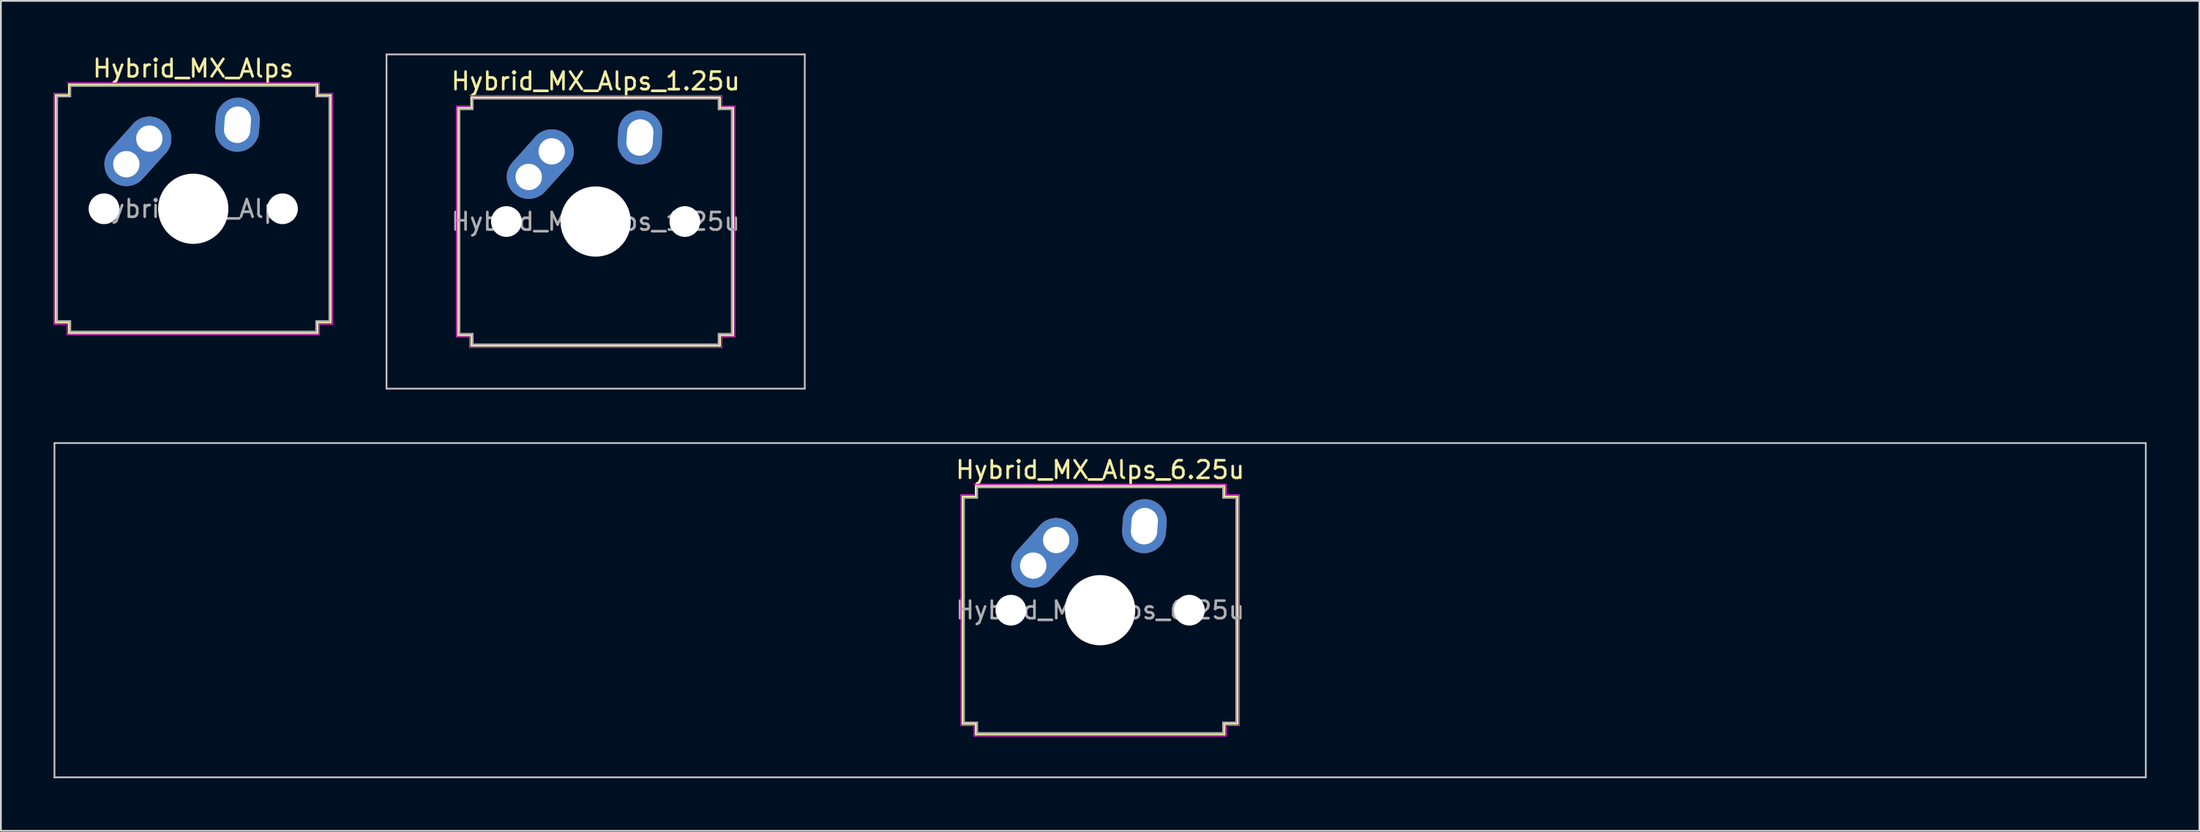
<source format=kicad_pcb>
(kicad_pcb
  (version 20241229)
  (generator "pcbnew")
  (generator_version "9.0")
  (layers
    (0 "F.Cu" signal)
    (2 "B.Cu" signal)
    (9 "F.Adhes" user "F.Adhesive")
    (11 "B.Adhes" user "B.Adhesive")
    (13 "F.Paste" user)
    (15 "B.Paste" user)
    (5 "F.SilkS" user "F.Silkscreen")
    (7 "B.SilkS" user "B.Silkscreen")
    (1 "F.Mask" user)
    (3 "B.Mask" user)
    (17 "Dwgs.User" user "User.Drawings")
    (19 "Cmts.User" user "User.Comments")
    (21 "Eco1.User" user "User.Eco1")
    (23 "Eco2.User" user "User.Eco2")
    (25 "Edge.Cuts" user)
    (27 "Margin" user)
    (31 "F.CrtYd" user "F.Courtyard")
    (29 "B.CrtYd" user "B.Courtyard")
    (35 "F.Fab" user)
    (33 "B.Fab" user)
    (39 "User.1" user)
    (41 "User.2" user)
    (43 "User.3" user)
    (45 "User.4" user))
  (footprint "Hybrid_MX_Alps"
    (layer "F.Cu")
    (at 7.952 8.848)
    (property "Reference" "Hybrid_MX_Alps" (at 0 -8 0) (layer "F.SilkS") (effects (font (size 1 1) (thickness 0.15))))
    (attr through_hole)
    (fp_line (start -7.821 -6.471) (end -7.071 -6.471) (stroke (width 0.12) (type solid)) (layer "F.SilkS"))
    (fp_line (start -7.821 6.471) (end -7.821 -6.471) (stroke (width 0.12) (type solid)) (layer "F.SilkS"))
    (fp_line (start -7.071 -7.071) (end 7.071 -7.071) (stroke (width 0.12) (type solid)) (layer "F.SilkS"))
    (fp_line (start -7.071 -6.471) (end -7.071 -7.071) (stroke (width 0.12) (type solid)) (layer "F.SilkS"))
    (fp_line (start -7.071 6.471) (end -7.821 6.471) (stroke (width 0.12) (type solid)) (layer "F.SilkS"))
    (fp_line (start -7.071 7.071) (end -7.071 6.471) (stroke (width 0.12) (type solid)) (layer "F.SilkS"))
    (fp_line (start 7.071 -7.071) (end 7.071 -6.471) (stroke (width 0.12) (type solid)) (layer "F.SilkS"))
    (fp_line (start 7.071 -6.471) (end 7.821 -6.471) (stroke (width 0.12) (type solid)) (layer "F.SilkS"))
    (fp_line (start 7.071 6.471) (end 7.071 7.071) (stroke (width 0.12) (type solid)) (layer "F.SilkS"))
    (fp_line (start 7.071 7.071) (end -7.071 7.071) (stroke (width 0.12) (type solid)) (layer "F.SilkS"))
    (fp_line (start 7.821 -6.471) (end 7.821 6.471) (stroke (width 0.12) (type solid)) (layer "F.SilkS"))
    (fp_line (start 7.821 6.471) (end 7.071 6.471) (stroke (width 0.12) (type solid)) (layer "F.SilkS"))
    (fp_line (start -7.927 -6.577) (end -7.177 -6.577) (stroke (width 0.05) (type solid)) (layer "F.CrtYd"))
    (fp_line (start -7.927 6.577) (end -7.927 -6.577) (stroke (width 0.05) (type solid)) (layer "F.CrtYd"))
    (fp_line (start -7.177 -7.177) (end 7.177 -7.177) (stroke (width 0.05) (type solid)) (layer "F.CrtYd"))
    (fp_line (start -7.177 6.577) (end -7.927 6.577) (stroke (width 0.05) (type solid)) (layer "F.CrtYd"))
    (fp_line (start -7.177 7.177) (end -7.177 6.577) (stroke (width 0.05) (type solid)) (layer "F.CrtYd"))
    (fp_line (start 7.177 -7.177) (end 7.177 -6.577) (stroke (width 0.05) (type solid)) (layer "F.CrtYd"))
    (fp_line (start 7.177 -6.577) (end 7.927 -6.577) (stroke (width 0.05) (type solid)) (layer "F.CrtYd"))
    (fp_line (start 7.177 6.577) (end 7.177 7.177) (stroke (width 0.05) (type solid)) (layer "F.CrtYd"))
    (fp_line (start 7.177 7.177) (end -7.177 7.177) (stroke (width 0.05) (type solid)) (layer "F.CrtYd"))
    (fp_line (start 7.927 -6.577) (end 7.927 6.577) (stroke (width 0.05) (type solid)) (layer "F.CrtYd"))
    (fp_line (start 7.927 6.577) (end 7.177 6.577) (stroke (width 0.05) (type solid)) (layer "F.CrtYd"))
    (fp_line (start -7.75 -6.4) (end -7 -6.4) (stroke (width 0.1) (type solid)) (layer "F.Fab"))
    (fp_line (start -7.75 6.4) (end -7.75 -6.4) (stroke (width 0.1) (type solid)) (layer "F.Fab"))
    (fp_line (start -7 -7) (end 7 -7) (stroke (width 0.1) (type solid)) (layer "F.Fab"))
    (fp_line (start -7 -6.4) (end -7 -7) (stroke (width 0.1) (type solid)) (layer "F.Fab"))
    (fp_line (start -7 6.4) (end -7.75 6.4) (stroke (width 0.1) (type solid)) (layer "F.Fab"))
    (fp_line (start -7 7) (end -7 6.4) (stroke (width 0.1) (type solid)) (layer "F.Fab"))
    (fp_line (start 7 -7) (end 7 -6.4) (stroke (width 0.1) (type solid)) (layer "F.Fab"))
    (fp_line (start 7 -6.4) (end 7.75 -6.4) (stroke (width 0.1) (type solid)) (layer "F.Fab"))
    (fp_line (start 7 6.4) (end 7 7) (stroke (width 0.1) (type solid)) (layer "F.Fab"))
    (fp_line (start 7 7) (end -7 7) (stroke (width 0.1) (type solid)) (layer "F.Fab"))
    (fp_line (start 7.75 -6.4) (end 7.75 6.4) (stroke (width 0.1) (type solid)) (layer "F.Fab"))
    (fp_line (start 7.75 6.4) (end 7 6.4) (stroke (width 0.1) (type solid)) (layer "F.Fab"))
    (fp_text user "${REFERENCE}" (at 0 0 0) (layer "F.Fab") (effects (font (size 1 1) (thickness 0.15))))
    (pad "" np_thru_hole circle (at -5.08 0) (size 1.75 1.75) (drill 1.75) (layers "*.Cu" "*.Mask"))
    (pad "" np_thru_hole circle (at 0 0) (size 4 4) (drill 4) (layers "*.Cu" "*.Mask"))
    (pad "" np_thru_hole circle (at 5.08 0) (size 1.75 1.75) (drill 1.75) (layers "*.Cu" "*.Mask"))
    (pad "1" thru_hole oval (at -3.81 -2.54 48) (size 4.462 2.5) (drill 1.5 (offset 0.981 0)) (layers "*.Cu" "*.Mask"))
    (pad "1" thru_hole circle (at -2.5 -4) (size 2.5 2.5) (drill 1.5) (layers "*.Cu" "*.Mask"))
    (pad "2" thru_hole oval (at 2.52 -4.79 86) (size 3.081 2.5) (drill oval 2.081 1.5) (layers "*.Cu" "*.Mask")))
  (footprint "Hybrid_MX_Alps_1.25u"
    (layer "F.Cu")
    (at 30.86 9.575)
    (property "Reference" "Hybrid_MX_Alps_1.25u" (at 0 -8 0) (layer "F.SilkS") (effects (font (size 1 1) (thickness 0.15))))
    (attr through_hole)
    (fp_line (start -7.821 -6.471) (end -7.071 -6.471) (stroke (width 0.12) (type solid)) (layer "F.SilkS"))
    (fp_line (start -7.821 6.471) (end -7.821 -6.471) (stroke (width 0.12) (type solid)) (layer "F.SilkS"))
    (fp_line (start -7.071 -7.071) (end 7.071 -7.071) (stroke (width 0.12) (type solid)) (layer "F.SilkS"))
    (fp_line (start -7.071 -6.471) (end -7.071 -7.071) (stroke (width 0.12) (type solid)) (layer "F.SilkS"))
    (fp_line (start -7.071 6.471) (end -7.821 6.471) (stroke (width 0.12) (type solid)) (layer "F.SilkS"))
    (fp_line (start -7.071 7.071) (end -7.071 6.471) (stroke (width 0.12) (type solid)) (layer "F.SilkS"))
    (fp_line (start 7.071 -7.071) (end 7.071 -6.471) (stroke (width 0.12) (type solid)) (layer "F.SilkS"))
    (fp_line (start 7.071 -6.471) (end 7.821 -6.471) (stroke (width 0.12) (type solid)) (layer "F.SilkS"))
    (fp_line (start 7.071 6.471) (end 7.071 7.071) (stroke (width 0.12) (type solid)) (layer "F.SilkS"))
    (fp_line (start 7.071 7.071) (end -7.071 7.071) (stroke (width 0.12) (type solid)) (layer "F.SilkS"))
    (fp_line (start 7.821 -6.471) (end 7.821 6.471) (stroke (width 0.12) (type solid)) (layer "F.SilkS"))
    (fp_line (start 7.821 6.471) (end 7.071 6.471) (stroke (width 0.12) (type solid)) (layer "F.SilkS"))
    (fp_line (start -11.906 -9.525) (end -11.906 9.525) (stroke (width 0.1) (type solid)) (layer "Dwgs.User"))
    (fp_line (start -11.906 9.525) (end 11.906 9.525) (stroke (width 0.1) (type solid)) (layer "Dwgs.User"))
    (fp_line (start 11.906 -9.525) (end -11.906 -9.525) (stroke (width 0.1) (type solid)) (layer "Dwgs.User"))
    (fp_line (start 11.906 9.525) (end 11.906 -9.525) (stroke (width 0.1) (type solid)) (layer "Dwgs.User"))
    (fp_line (start -7.927 -6.577) (end -7.177 -6.577) (stroke (width 0.05) (type solid)) (layer "F.CrtYd"))
    (fp_line (start -7.927 6.577) (end -7.927 -6.577) (stroke (width 0.05) (type solid)) (layer "F.CrtYd"))
    (fp_line (start -7.177 -7.177) (end 7.177 -7.177) (stroke (width 0.05) (type solid)) (layer "F.CrtYd"))
    (fp_line (start -7.177 6.577) (end -7.927 6.577) (stroke (width 0.05) (type solid)) (layer "F.CrtYd"))
    (fp_line (start -7.177 7.177) (end -7.177 6.577) (stroke (width 0.05) (type solid)) (layer "F.CrtYd"))
    (fp_line (start 7.177 -7.177) (end 7.177 -6.577) (stroke (width 0.05) (type solid)) (layer "F.CrtYd"))
    (fp_line (start 7.177 -6.577) (end 7.927 -6.577) (stroke (width 0.05) (type solid)) (layer "F.CrtYd"))
    (fp_line (start 7.177 6.577) (end 7.177 7.177) (stroke (width 0.05) (type solid)) (layer "F.CrtYd"))
    (fp_line (start 7.177 7.177) (end -7.177 7.177) (stroke (width 0.05) (type solid)) (layer "F.CrtYd"))
    (fp_line (start 7.927 -6.577) (end 7.927 6.577) (stroke (width 0.05) (type solid)) (layer "F.CrtYd"))
    (fp_line (start 7.927 6.577) (end 7.177 6.577) (stroke (width 0.05) (type solid)) (layer "F.CrtYd"))
    (fp_line (start -7.75 -6.4) (end -7 -6.4) (stroke (width 0.1) (type solid)) (layer "F.Fab"))
    (fp_line (start -7.75 6.4) (end -7.75 -6.4) (stroke (width 0.1) (type solid)) (layer "F.Fab"))
    (fp_line (start -7 -7) (end 7 -7) (stroke (width 0.1) (type solid)) (layer "F.Fab"))
    (fp_line (start -7 -6.4) (end -7 -7) (stroke (width 0.1) (type solid)) (layer "F.Fab"))
    (fp_line (start -7 6.4) (end -7.75 6.4) (stroke (width 0.1) (type solid)) (layer "F.Fab"))
    (fp_line (start -7 7) (end -7 6.4) (stroke (width 0.1) (type solid)) (layer "F.Fab"))
    (fp_line (start 7 -7) (end 7 -6.4) (stroke (width 0.1) (type solid)) (layer "F.Fab"))
    (fp_line (start 7 -6.4) (end 7.75 -6.4) (stroke (width 0.1) (type solid)) (layer "F.Fab"))
    (fp_line (start 7 6.4) (end 7 7) (stroke (width 0.1) (type solid)) (layer "F.Fab"))
    (fp_line (start 7 7) (end -7 7) (stroke (width 0.1) (type solid)) (layer "F.Fab"))
    (fp_line (start 7.75 -6.4) (end 7.75 6.4) (stroke (width 0.1) (type solid)) (layer "F.Fab"))
    (fp_line (start 7.75 6.4) (end 7 6.4) (stroke (width 0.1) (type solid)) (layer "F.Fab"))
    (fp_text user "${REFERENCE}" (at 0 0 0) (layer "F.Fab") (effects (font (size 1 1) (thickness 0.15))))
    (pad "" np_thru_hole circle (at -5.08 0) (size 1.75 1.75) (drill 1.75) (layers "*.Cu" "*.Mask"))
    (pad "" np_thru_hole circle (at 0 0) (size 4 4) (drill 4) (layers "*.Cu" "*.Mask"))
    (pad "" np_thru_hole circle (at 5.08 0) (size 1.75 1.75) (drill 1.75) (layers "*.Cu" "*.Mask"))
    (pad "1" thru_hole oval (at -3.81 -2.54 48) (size 4.462 2.5) (drill 1.5 (offset 0.981 0)) (layers "*.Cu" "*.Mask"))
    (pad "1" thru_hole circle (at -2.5 -4) (size 2.5 2.5) (drill 1.5) (layers "*.Cu" "*.Mask"))
    (pad "2" thru_hole oval (at 2.52 -4.79 86) (size 3.081 2.5) (drill oval 2.081 1.5) (layers "*.Cu" "*.Mask")))
  (footprint "Hybrid_MX_Alps_6.25u"
    (layer "F.Cu")
    (at 59.581 31.725)
    (property "Reference" "Hybrid_MX_Alps_6.25u" (at 0 -8 0) (layer "F.SilkS") (effects (font (size 1 1) (thickness 0.15))))
    (attr through_hole)
    (fp_line (start -7.821 -6.471) (end -7.071 -6.471) (stroke (width 0.12) (type solid)) (layer "F.SilkS"))
    (fp_line (start -7.821 6.471) (end -7.821 -6.471) (stroke (width 0.12) (type solid)) (layer "F.SilkS"))
    (fp_line (start -7.071 -7.071) (end 7.071 -7.071) (stroke (width 0.12) (type solid)) (layer "F.SilkS"))
    (fp_line (start -7.071 -6.471) (end -7.071 -7.071) (stroke (width 0.12) (type solid)) (layer "F.SilkS"))
    (fp_line (start -7.071 6.471) (end -7.821 6.471) (stroke (width 0.12) (type solid)) (layer "F.SilkS"))
    (fp_line (start -7.071 7.071) (end -7.071 6.471) (stroke (width 0.12) (type solid)) (layer "F.SilkS"))
    (fp_line (start 7.071 -7.071) (end 7.071 -6.471) (stroke (width 0.12) (type solid)) (layer "F.SilkS"))
    (fp_line (start 7.071 -6.471) (end 7.821 -6.471) (stroke (width 0.12) (type solid)) (layer "F.SilkS"))
    (fp_line (start 7.071 6.471) (end 7.071 7.071) (stroke (width 0.12) (type solid)) (layer "F.SilkS"))
    (fp_line (start 7.071 7.071) (end -7.071 7.071) (stroke (width 0.12) (type solid)) (layer "F.SilkS"))
    (fp_line (start 7.821 -6.471) (end 7.821 6.471) (stroke (width 0.12) (type solid)) (layer "F.SilkS"))
    (fp_line (start 7.821 6.471) (end 7.071 6.471) (stroke (width 0.12) (type solid)) (layer "F.SilkS"))
    (fp_line (start -59.531 -9.525) (end -59.531 9.525) (stroke (width 0.1) (type solid)) (layer "Dwgs.User"))
    (fp_line (start -59.531 9.525) (end 59.531 9.525) (stroke (width 0.1) (type solid)) (layer "Dwgs.User"))
    (fp_line (start 59.531 -9.525) (end -59.531 -9.525) (stroke (width 0.1) (type solid)) (layer "Dwgs.User"))
    (fp_line (start 59.531 9.525) (end 59.531 -9.525) (stroke (width 0.1) (type solid)) (layer "Dwgs.User"))
    (fp_line (start -7.927 -6.577) (end -7.177 -6.577) (stroke (width 0.05) (type solid)) (layer "F.CrtYd"))
    (fp_line (start -7.927 6.577) (end -7.927 -6.577) (stroke (width 0.05) (type solid)) (layer "F.CrtYd"))
    (fp_line (start -7.177 -7.177) (end 7.177 -7.177) (stroke (width 0.05) (type solid)) (layer "F.CrtYd"))
    (fp_line (start -7.177 6.577) (end -7.927 6.577) (stroke (width 0.05) (type solid)) (layer "F.CrtYd"))
    (fp_line (start -7.177 7.177) (end -7.177 6.577) (stroke (width 0.05) (type solid)) (layer "F.CrtYd"))
    (fp_line (start 7.177 -7.177) (end 7.177 -6.577) (stroke (width 0.05) (type solid)) (layer "F.CrtYd"))
    (fp_line (start 7.177 -6.577) (end 7.927 -6.577) (stroke (width 0.05) (type solid)) (layer "F.CrtYd"))
    (fp_line (start 7.177 6.577) (end 7.177 7.177) (stroke (width 0.05) (type solid)) (layer "F.CrtYd"))
    (fp_line (start 7.177 7.177) (end -7.177 7.177) (stroke (width 0.05) (type solid)) (layer "F.CrtYd"))
    (fp_line (start 7.927 -6.577) (end 7.927 6.577) (stroke (width 0.05) (type solid)) (layer "F.CrtYd"))
    (fp_line (start 7.927 6.577) (end 7.177 6.577) (stroke (width 0.05) (type solid)) (layer "F.CrtYd"))
    (fp_line (start -7.75 -6.4) (end -7 -6.4) (stroke (width 0.1) (type solid)) (layer "F.Fab"))
    (fp_line (start -7.75 6.4) (end -7.75 -6.4) (stroke (width 0.1) (type solid)) (layer "F.Fab"))
    (fp_line (start -7 -7) (end 7 -7) (stroke (width 0.1) (type solid)) (layer "F.Fab"))
    (fp_line (start -7 -6.4) (end -7 -7) (stroke (width 0.1) (type solid)) (layer "F.Fab"))
    (fp_line (start -7 6.4) (end -7.75 6.4) (stroke (width 0.1) (type solid)) (layer "F.Fab"))
    (fp_line (start -7 7) (end -7 6.4) (stroke (width 0.1) (type solid)) (layer "F.Fab"))
    (fp_line (start 7 -7) (end 7 -6.4) (stroke (width 0.1) (type solid)) (layer "F.Fab"))
    (fp_line (start 7 -6.4) (end 7.75 -6.4) (stroke (width 0.1) (type solid)) (layer "F.Fab"))
    (fp_line (start 7 6.4) (end 7 7) (stroke (width 0.1) (type solid)) (layer "F.Fab"))
    (fp_line (start 7 7) (end -7 7) (stroke (width 0.1) (type solid)) (layer "F.Fab"))
    (fp_line (start 7.75 -6.4) (end 7.75 6.4) (stroke (width 0.1) (type solid)) (layer "F.Fab"))
    (fp_line (start 7.75 6.4) (end 7 6.4) (stroke (width 0.1) (type solid)) (layer "F.Fab"))
    (fp_text user "${REFERENCE}" (at 0 0 0) (layer "F.Fab") (effects (font (size 1 1) (thickness 0.15))))
    (pad "" np_thru_hole circle (at -5.08 0) (size 1.75 1.75) (drill 1.75) (layers "*.Cu" "*.Mask"))
    (pad "" np_thru_hole circle (at 0 0) (size 4 4) (drill 4) (layers "*.Cu" "*.Mask"))
    (pad "" np_thru_hole circle (at 5.08 0) (size 1.75 1.75) (drill 1.75) (layers "*.Cu" "*.Mask"))
    (pad "1" thru_hole oval (at -3.81 -2.54 48) (size 4.462 2.5) (drill 1.5 (offset 0.981 0)) (layers "*.Cu" "*.Mask"))
    (pad "1" thru_hole circle (at -2.5 -4) (size 2.5 2.5) (drill 1.5) (layers "*.Cu" "*.Mask"))
    (pad "2" thru_hole oval (at 2.52 -4.79 86) (size 3.081 2.5) (drill oval 2.081 1.5) (layers "*.Cu" "*.Mask")))
  (gr_rect
    (start -3 -3)
    (end 122.162 44.3)
    (stroke (width 0.1) (type default))
    (fill no)
    (layer "Edge.Cuts")))
</source>
